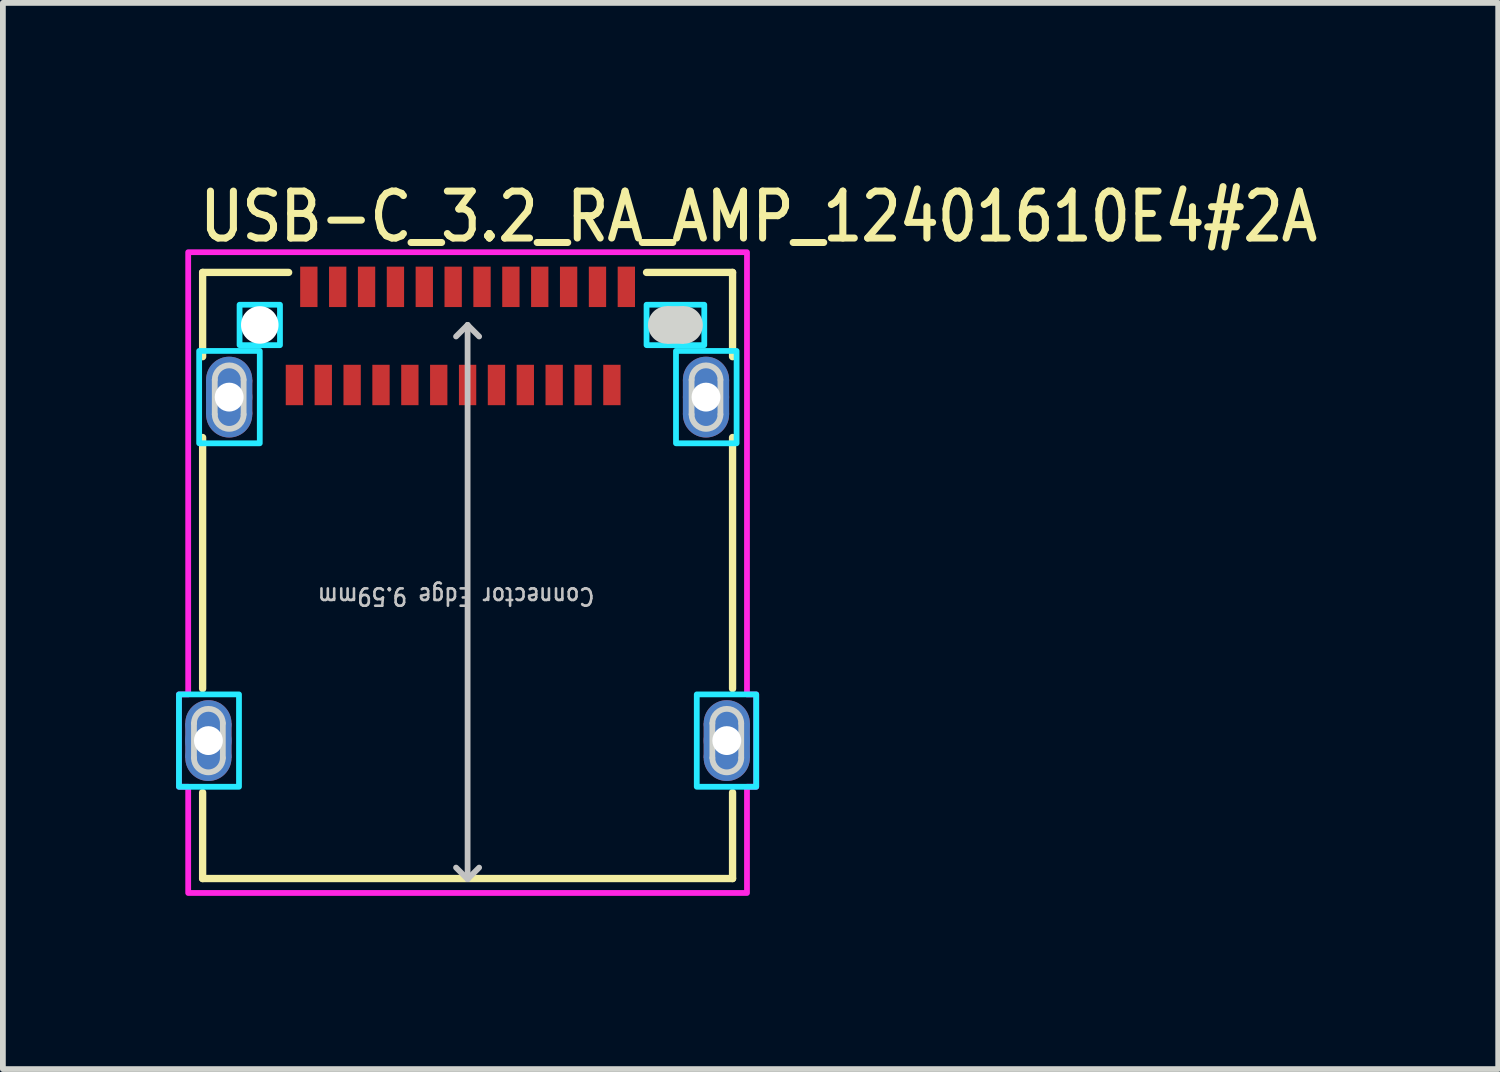
<source format=kicad_pcb>
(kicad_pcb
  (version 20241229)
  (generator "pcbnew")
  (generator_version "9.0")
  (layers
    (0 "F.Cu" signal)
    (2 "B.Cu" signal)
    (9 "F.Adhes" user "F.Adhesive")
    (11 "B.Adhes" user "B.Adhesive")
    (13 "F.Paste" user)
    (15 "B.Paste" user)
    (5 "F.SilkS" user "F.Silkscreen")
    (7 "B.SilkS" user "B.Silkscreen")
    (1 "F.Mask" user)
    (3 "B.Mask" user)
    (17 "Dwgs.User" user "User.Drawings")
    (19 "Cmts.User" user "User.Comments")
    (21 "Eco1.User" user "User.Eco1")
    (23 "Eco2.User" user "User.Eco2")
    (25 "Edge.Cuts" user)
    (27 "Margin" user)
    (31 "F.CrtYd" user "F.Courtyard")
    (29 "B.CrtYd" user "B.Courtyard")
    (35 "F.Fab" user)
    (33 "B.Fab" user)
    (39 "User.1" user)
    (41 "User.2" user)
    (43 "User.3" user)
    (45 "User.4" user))
  (footprint "USB-C_3.2_RA_AMP_12401610E4#2A"
    (layer "F.Cu")
    (at 5.05 2.579)
    (property "Reference" "USB-C_3.2_RA_AMP_12401610E4#2A" (at -4.7 -1.4 0) (unlocked yes) (layer "F.SilkS") (effects (font (size 0.813 0.695) (thickness 0.122)) (justify left bottom)))
    (fp_circle (center -4.49 6.9) (end -4.89 6.9) (stroke (width 0) (type solid)) (fill yes) (layer "F.Cu"))
    (fp_circle (center -4.49 7.5) (end -4.09 7.5) (stroke (width 0) (type solid)) (fill yes) (layer "F.Cu"))
    (fp_circle (center -4.13 0.95) (end -4.53 0.95) (stroke (width 0) (type solid)) (fill yes) (layer "F.Cu"))
    (fp_circle (center -4.13 1.55) (end -3.73 1.55) (stroke (width 0) (type solid)) (fill yes) (layer "F.Cu"))
    (fp_circle (center 4.13 0.95) (end 3.73 0.95) (stroke (width 0) (type solid)) (fill yes) (layer "F.Cu"))
    (fp_circle (center 4.13 1.55) (end 4.53 1.55) (stroke (width 0) (type solid)) (fill yes) (layer "F.Cu"))
    (fp_circle (center 4.49 6.9) (end 4.09 6.9) (stroke (width 0) (type solid)) (fill yes) (layer "F.Cu"))
    (fp_circle (center 4.49 7.5) (end 4.89 7.5) (stroke (width 0) (type solid)) (fill yes) (layer "F.Cu"))
    (fp_poly (pts (xy -4.89 6.9) (xy -4.09 6.9) (xy -4.09 7.5) (xy -4.89 7.5)) (stroke (width 0) (type solid)) (fill yes) (layer "F.Cu"))
    (fp_poly (pts (xy -4.53 0.95) (xy -3.73 0.95) (xy -3.73 1.55) (xy -4.53 1.55)) (stroke (width 0) (type solid)) (fill yes) (layer "F.Cu"))
    (fp_poly (pts (xy 3.73 0.95) (xy 4.53 0.95) (xy 4.53 1.55) (xy 3.73 1.55)) (stroke (width 0) (type solid)) (fill yes) (layer "F.Cu"))
    (fp_poly (pts (xy 4.09 6.9) (xy 4.89 6.9) (xy 4.89 7.5) (xy 4.09 7.5)) (stroke (width 0) (type solid)) (fill yes) (layer "F.Cu"))
    (fp_circle (center -4.49 6.9) (end -4.99 6.9) (stroke (width 0) (type solid)) (fill yes) (layer "F.Mask"))
    (fp_circle (center -4.49 7.5) (end -3.99 7.5) (stroke (width 0) (type solid)) (fill yes) (layer "F.Mask"))
    (fp_circle (center -4.13 0.95) (end -4.63 0.95) (stroke (width 0) (type solid)) (fill yes) (layer "F.Mask"))
    (fp_circle (center -4.13 1.55) (end -3.63 1.55) (stroke (width 0) (type solid)) (fill yes) (layer "F.Mask"))
    (fp_circle (center 3.45 0) (end 3.45 -0.425) (stroke (width 0) (type solid)) (fill yes) (layer "F.Mask"))
    (fp_circle (center 3.75 0) (end 3.75 0.425) (stroke (width 0) (type solid)) (fill yes) (layer "F.Mask"))
    (fp_circle (center 4.13 0.95) (end 3.63 0.95) (stroke (width 0) (type solid)) (fill yes) (layer "F.Mask"))
    (fp_circle (center 4.13 1.55) (end 4.63 1.55) (stroke (width 0) (type solid)) (fill yes) (layer "F.Mask"))
    (fp_circle (center 4.49 6.9) (end 3.99 6.9) (stroke (width 0) (type solid)) (fill yes) (layer "F.Mask"))
    (fp_circle (center 4.49 7.5) (end 4.99 7.5) (stroke (width 0) (type solid)) (fill yes) (layer "F.Mask"))
    (fp_poly (pts (xy -4.99 6.9) (xy -3.99 6.9) (xy -3.99 7.5) (xy -4.99 7.5)) (stroke (width 0) (type solid)) (fill yes) (layer "F.Mask"))
    (fp_poly (pts (xy -4.63 0.95) (xy -3.63 0.95) (xy -3.63 1.55) (xy -4.63 1.55)) (stroke (width 0) (type solid)) (fill yes) (layer "F.Mask"))
    (fp_poly (pts (xy 3.63 0.95) (xy 4.63 0.95) (xy 4.63 1.55) (xy 3.63 1.55)) (stroke (width 0) (type solid)) (fill yes) (layer "F.Mask"))
    (fp_poly (pts (xy 3.75 0.425) (xy 3.75 -0.425) (xy 3.45 -0.425) (xy 3.45 0.425)) (stroke (width 0) (type solid)) (fill yes) (layer "F.Mask"))
    (fp_poly (pts (xy 3.99 6.9) (xy 4.99 6.9) (xy 4.99 7.5) (xy 3.99 7.5)) (stroke (width 0) (type solid)) (fill yes) (layer "F.Mask"))
    (fp_circle (center -4.49 6.9) (end -4.89 6.9) (stroke (width 0) (type solid)) (fill yes) (layer "B.Cu"))
    (fp_circle (center -4.49 7.5) (end -4.09 7.5) (stroke (width 0) (type solid)) (fill yes) (layer "B.Cu"))
    (fp_circle (center -4.13 0.95) (end -4.53 0.95) (stroke (width 0) (type solid)) (fill yes) (layer "B.Cu"))
    (fp_circle (center -4.13 1.55) (end -3.73 1.55) (stroke (width 0) (type solid)) (fill yes) (layer "B.Cu"))
    (fp_circle (center 4.13 0.95) (end 3.73 0.95) (stroke (width 0) (type solid)) (fill yes) (layer "B.Cu"))
    (fp_circle (center 4.13 1.55) (end 4.53 1.55) (stroke (width 0) (type solid)) (fill yes) (layer "B.Cu"))
    (fp_circle (center 4.49 6.9) (end 4.09 6.9) (stroke (width 0) (type solid)) (fill yes) (layer "B.Cu"))
    (fp_circle (center 4.49 7.5) (end 4.89 7.5) (stroke (width 0) (type solid)) (fill yes) (layer "B.Cu"))
    (fp_poly (pts (xy -4.89 6.9) (xy -4.09 6.9) (xy -4.09 7.5) (xy -4.89 7.5)) (stroke (width 0) (type solid)) (fill yes) (layer "B.Cu"))
    (fp_poly (pts (xy -4.53 0.95) (xy -3.73 0.95) (xy -3.73 1.55) (xy -4.53 1.55)) (stroke (width 0) (type solid)) (fill yes) (layer "B.Cu"))
    (fp_poly (pts (xy 3.73 0.95) (xy 4.53 0.95) (xy 4.53 1.55) (xy 3.73 1.55)) (stroke (width 0) (type solid)) (fill yes) (layer "B.Cu"))
    (fp_poly (pts (xy 4.09 6.9) (xy 4.89 6.9) (xy 4.89 7.5) (xy 4.09 7.5)) (stroke (width 0) (type solid)) (fill yes) (layer "B.Cu"))
    (fp_circle (center -4.49 6.9) (end -4.99 6.9) (stroke (width 0) (type solid)) (fill yes) (layer "B.Mask"))
    (fp_circle (center -4.49 7.5) (end -3.99 7.5) (stroke (width 0) (type solid)) (fill yes) (layer "B.Mask"))
    (fp_circle (center -4.13 0.95) (end -4.63 0.95) (stroke (width 0) (type solid)) (fill yes) (layer "B.Mask"))
    (fp_circle (center -4.13 1.55) (end -3.63 1.55) (stroke (width 0) (type solid)) (fill yes) (layer "B.Mask"))
    (fp_circle (center 3.45 0) (end 3.45 -0.425) (stroke (width 0) (type solid)) (fill yes) (layer "B.Mask"))
    (fp_circle (center 3.75 0) (end 3.75 0.425) (stroke (width 0) (type solid)) (fill yes) (layer "B.Mask"))
    (fp_circle (center 4.13 0.95) (end 3.63 0.95) (stroke (width 0) (type solid)) (fill yes) (layer "B.Mask"))
    (fp_circle (center 4.13 1.55) (end 4.63 1.55) (stroke (width 0) (type solid)) (fill yes) (layer "B.Mask"))
    (fp_circle (center 4.49 6.9) (end 3.99 6.9) (stroke (width 0) (type solid)) (fill yes) (layer "B.Mask"))
    (fp_circle (center 4.49 7.5) (end 4.99 7.5) (stroke (width 0) (type solid)) (fill yes) (layer "B.Mask"))
    (fp_poly (pts (xy -4.99 6.9) (xy -3.99 6.9) (xy -3.99 7.5) (xy -4.99 7.5)) (stroke (width 0) (type solid)) (fill yes) (layer "B.Mask"))
    (fp_poly (pts (xy -4.63 0.95) (xy -3.63 0.95) (xy -3.63 1.55) (xy -4.63 1.55)) (stroke (width 0) (type solid)) (fill yes) (layer "B.Mask"))
    (fp_poly (pts (xy 3.63 0.95) (xy 4.63 0.95) (xy 4.63 1.55) (xy 3.63 1.55)) (stroke (width 0) (type solid)) (fill yes) (layer "B.Mask"))
    (fp_poly (pts (xy 3.75 0.425) (xy 3.75 -0.425) (xy 3.45 -0.425) (xy 3.45 0.425)) (stroke (width 0) (type solid)) (fill yes) (layer "B.Mask"))
    (fp_poly (pts (xy 3.99 6.9) (xy 4.99 6.9) (xy 4.99 7.5) (xy 3.99 7.5)) (stroke (width 0) (type solid)) (fill yes) (layer "B.Mask"))
    (fp_line (start -4.59 -0.91) (end -4.59 0.55) (stroke (width 0.127) (type solid)) (layer "F.SilkS"))
    (fp_line (start -4.59 -0.91) (end -3.1 -0.91) (stroke (width 0.127) (type solid)) (layer "F.SilkS"))
    (fp_line (start -4.59 1.95) (end -4.59 6.3) (stroke (width 0.127) (type solid)) (layer "F.SilkS"))
    (fp_line (start -4.59 8.1) (end -4.59 9.59) (stroke (width 0.127) (type solid)) (layer "F.SilkS"))
    (fp_line (start -4.59 9.59) (end 4.59 9.59) (stroke (width 0.127) (type solid)) (layer "F.SilkS"))
    (fp_line (start 3.1 -0.91) (end 4.59 -0.91) (stroke (width 0.127) (type solid)) (layer "F.SilkS"))
    (fp_line (start 4.59 -0.91) (end 4.59 0.55) (stroke (width 0.127) (type solid)) (layer "F.SilkS"))
    (fp_line (start 4.59 6.3) (end 4.59 1.95) (stroke (width 0.127) (type solid)) (layer "F.SilkS"))
    (fp_line (start 4.59 9.59) (end 4.59 8.1) (stroke (width 0.127) (type solid)) (layer "F.SilkS"))
    (fp_line (start 0 0) (end -0.2 0.2) (stroke (width 0.1) (type solid)) (layer "Dwgs.User"))
    (fp_line (start 0 0) (end 0 9.6) (stroke (width 0.1) (type solid)) (layer "Dwgs.User"))
    (fp_line (start 0 0) (end 0.2 0.2) (stroke (width 0.1) (type solid)) (layer "Dwgs.User"))
    (fp_line (start 0 9.6) (end -0.2 9.4) (stroke (width 0.1) (type solid)) (layer "Dwgs.User"))
    (fp_line (start 0 9.6) (end 0.2 9.4) (stroke (width 0.1) (type solid)) (layer "Dwgs.User"))
    (fp_line (start -4.74 7.5) (end -4.74 6.9) (stroke (width 0.1) (type solid)) (layer "Edge.Cuts"))
    (fp_line (start -4.38 1.55) (end -4.38 0.95) (stroke (width 0.1) (type solid)) (layer "Edge.Cuts"))
    (fp_line (start -4.24 6.9) (end -4.24 7.5) (stroke (width 0.1) (type solid)) (layer "Edge.Cuts"))
    (fp_line (start -3.88 0.95) (end -3.88 1.55) (stroke (width 0.1) (type solid)) (layer "Edge.Cuts"))
    (fp_line (start 3.88 1.55) (end 3.88 0.95) (stroke (width 0.1) (type solid)) (layer "Edge.Cuts"))
    (fp_line (start 4.24 7.5) (end 4.24 6.9) (stroke (width 0.1) (type solid)) (layer "Edge.Cuts"))
    (fp_line (start 4.38 0.95) (end 4.38 1.55) (stroke (width 0.1) (type solid)) (layer "Edge.Cuts"))
    (fp_line (start 4.74 6.9) (end 4.74 7.5) (stroke (width 0.1) (type solid)) (layer "Edge.Cuts"))
    (fp_arc (start -4.74 6.9) (mid -4.49 6.65) (end -4.24 6.9) (stroke (width 0.1) (type solid)) (layer "Edge.Cuts"))
    (fp_arc (start -4.38 0.95) (mid -4.13 0.7) (end -3.88 0.95) (stroke (width 0.1) (type solid)) (layer "Edge.Cuts"))
    (fp_arc (start -4.24 7.5) (mid -4.49 7.75) (end -4.74 7.5) (stroke (width 0.1) (type solid)) (layer "Edge.Cuts"))
    (fp_arc (start -3.88 1.55) (mid -4.13 1.8) (end -4.38 1.55) (stroke (width 0.1) (type solid)) (layer "Edge.Cuts"))
    (fp_arc (start 3.88 0.95) (mid 4.13 0.7) (end 4.38 0.95) (stroke (width 0.1) (type solid)) (layer "Edge.Cuts"))
    (fp_arc (start 4.24 6.9) (mid 4.49 6.65) (end 4.74 6.9) (stroke (width 0.1) (type solid)) (layer "Edge.Cuts"))
    (fp_arc (start 4.38 1.55) (mid 4.13 1.8) (end 3.88 1.55) (stroke (width 0.1) (type solid)) (layer "Edge.Cuts"))
    (fp_arc (start 4.74 7.5) (mid 4.49 7.75) (end 4.24 7.5) (stroke (width 0.1) (type solid)) (layer "Edge.Cuts"))
    (fp_circle (center 3.45 0) (end 3.45 -0.325) (stroke (width 0) (type solid)) (fill yes) (layer "Edge.Cuts"))
    (fp_circle (center 3.75 0) (end 3.75 0.325) (stroke (width 0) (type solid)) (fill yes) (layer "Edge.Cuts"))
    (fp_poly (pts (xy 3.75 0.325) (xy 3.75 -0.325) (xy 3.45 -0.325) (xy 3.45 0.325)) (stroke (width 0) (type solid)) (fill yes) (layer "Edge.Cuts"))
    (fp_poly (pts (xy -5 6.4) (xy -3.96 6.4) (xy -3.96 8) (xy -5 8)) (stroke (width 0.1) (type solid)) (fill no) (layer "B.CrtYd"))
    (fp_poly (pts (xy -4.65 0.45) (xy -3.6 0.45) (xy -3.6 2.05) (xy -4.65 2.05)) (stroke (width 0.1) (type solid)) (fill no) (layer "B.CrtYd"))
    (fp_poly (pts (xy -3.95 -0.35) (xy -3.25 -0.35) (xy -3.25 0.35) (xy -3.95 0.35)) (stroke (width 0.1) (type solid)) (fill no) (layer "B.CrtYd"))
    (fp_poly (pts (xy 3.1 -0.35) (xy 4.1 -0.35) (xy 4.1 0.35) (xy 3.1 0.35)) (stroke (width 0.1) (type solid)) (fill no) (layer "B.CrtYd"))
    (fp_poly (pts (xy 3.61 0.45) (xy 4.66 0.45) (xy 4.66 2.05) (xy 3.61 2.05)) (stroke (width 0.1) (type solid)) (fill no) (layer "B.CrtYd"))
    (fp_poly (pts (xy 3.97 6.4) (xy 5 6.4) (xy 5 8) (xy 3.97 8)) (stroke (width 0.1) (type solid)) (fill no) (layer "B.CrtYd"))
    (fp_poly (pts (xy -4.84 -1.26) (xy 4.84 -1.26) (xy 4.84 6.4) (xy 5 6.4) (xy 5 8) (xy 4.84 8) (xy 4.84 9.84) (xy -4.84 9.84) (xy -4.84 8) (xy -5 8) (xy -5 6.4) (xy -4.84 6.4)) (stroke (width 0.1) (type solid)) (fill no) (layer "F.CrtYd"))
    (fp_text user "Connector Edge 9.59mm" (at -0.2 4.7 180) (unlocked yes) (layer "Dwgs.User") (effects (font (size 0.3 0.257) (thickness 0.045))))
    (pad "" np_thru_hole circle (at -3.6 0) (size 0.65 0.65) (drill 0.65) (layers "*.Cu" "*.Mask"))
    (pad "A_1" smd rect (at -2.75 -0.66) (size 0.3 0.7) (layers "F.Cu" "F.Mask" "F.Paste"))
    (pad "A_2" smd rect (at -2.25 -0.66) (size 0.3 0.7) (layers "F.Cu" "F.Mask" "F.Paste"))
    (pad "A_3" smd rect (at -1.75 -0.66) (size 0.3 0.7) (layers "F.Cu" "F.Mask" "F.Paste"))
    (pad "A_4" smd rect (at -1.25 -0.66) (size 0.3 0.7) (layers "F.Cu" "F.Mask" "F.Paste"))
    (pad "A_5" smd rect (at -0.75 -0.66) (size 0.3 0.7) (layers "F.Cu" "F.Mask" "F.Paste"))
    (pad "A_6" smd rect (at -0.25 -0.66) (size 0.3 0.7) (layers "F.Cu" "F.Mask" "F.Paste"))
    (pad "A_7" smd rect (at 0.25 -0.66) (size 0.3 0.7) (layers "F.Cu" "F.Mask" "F.Paste"))
    (pad "A_8" smd rect (at 0.75 -0.66) (size 0.3 0.7) (layers "F.Cu" "F.Mask" "F.Paste"))
    (pad "A_9" smd rect (at 1.25 -0.66) (size 0.3 0.7) (layers "F.Cu" "F.Mask" "F.Paste"))
    (pad "A_10" smd rect (at 1.75 -0.66) (size 0.3 0.7) (layers "F.Cu" "F.Mask" "F.Paste"))
    (pad "A_11" smd rect (at 2.25 -0.66) (size 0.3 0.7) (layers "F.Cu" "F.Mask" "F.Paste"))
    (pad "A_12" smd rect (at 2.75 -0.66) (size 0.3 0.7) (layers "F.Cu" "F.Mask" "F.Paste"))
    (pad "B_1" smd rect (at 2.5 1.04) (size 0.3 0.7) (layers "F.Cu" "F.Mask" "F.Paste"))
    (pad "B_2" smd rect (at 2 1.04) (size 0.3 0.7) (layers "F.Cu" "F.Mask" "F.Paste"))
    (pad "B_3" smd rect (at 1.5 1.04) (size 0.3 0.7) (layers "F.Cu" "F.Mask" "F.Paste"))
    (pad "B_4" smd rect (at 1 1.04) (size 0.3 0.7) (layers "F.Cu" "F.Mask" "F.Paste"))
    (pad "B_5" smd rect (at 0.5 1.04) (size 0.3 0.7) (layers "F.Cu" "F.Mask" "F.Paste"))
    (pad "B_6" smd rect (at 0 1.04) (size 0.3 0.7) (layers "F.Cu" "F.Mask" "F.Paste"))
    (pad "B_7" smd rect (at -0.5 1.04) (size 0.3 0.7) (layers "F.Cu" "F.Mask" "F.Paste"))
    (pad "B_8" smd rect (at -1 1.04) (size 0.3 0.7) (layers "F.Cu" "F.Mask" "F.Paste"))
    (pad "B_9" smd rect (at -1.5 1.04) (size 0.3 0.7) (layers "F.Cu" "F.Mask" "F.Paste"))
    (pad "B_10" smd rect (at -2 1.04) (size 0.3 0.7) (layers "F.Cu" "F.Mask" "F.Paste"))
    (pad "B_11" smd rect (at -2.5 1.04) (size 0.3 0.7) (layers "F.Cu" "F.Mask" "F.Paste"))
    (pad "B_12" smd rect (at -3 1.04) (size 0.3 0.7) (layers "F.Cu" "F.Mask" "F.Paste"))
    (pad "S_1" thru_hole oval (at -4.13 1.25) (size 0.8 0.8) (drill 0.5) (layers "*.Cu" "*.Mask"))
    (pad "S_2" thru_hole oval (at 4.13 1.25) (size 0.8 0.8) (drill 0.5) (layers "*.Cu" "*.Mask"))
    (pad "S_3" thru_hole oval (at -4.49 7.2) (size 0.8 0.8) (drill 0.5) (layers "*.Cu" "*.Mask"))
    (pad "S_4" thru_hole oval (at 4.49 7.2) (size 0.8 0.8) (drill 0.5) (layers "*.Cu" "*.Mask")))
  (gr_rect
    (start -3 -3)
    (end 22.903 15.469)
    (stroke (width 0.1) (type default))
    (fill no)
    (layer "Edge.Cuts")))
</source>
